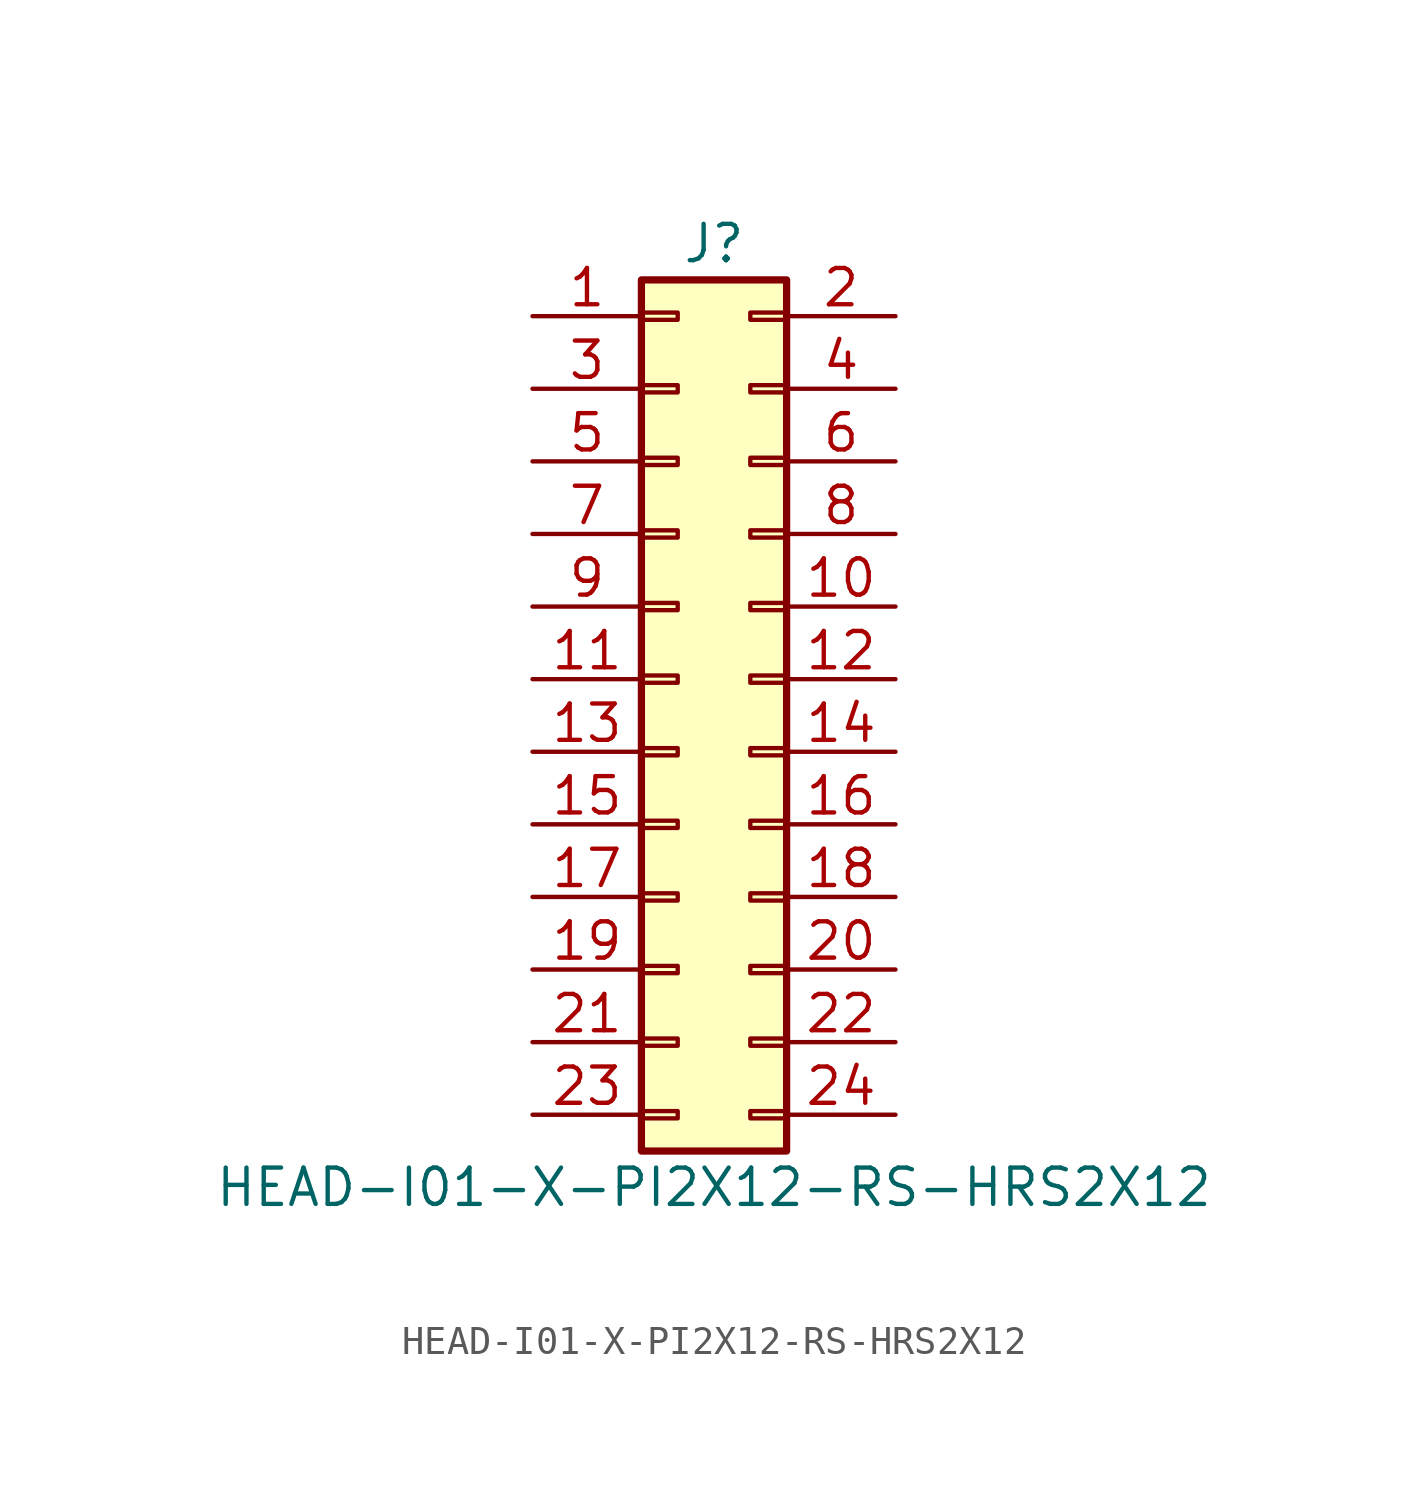
<source format=kicad_sym>
(kicad_symbol_lib
  (version 20211014)
  (generator kicad_symbol_editor)
  (symbol "HEAD-I01-X-PI2X12-RS-HRS2X12"
    (pin_names
      (offset 1.016) hide)
    (property "Reference" "J"
      (at 1.27 15.24 0)
      (effects (font (size 1.27 1.27))))
    (property "Value" "HEAD-I01-X-PI2X12-RS-HRS2X12"
      (at 1.27 -17.78 0)
      (effects (font (size 1.27 1.27))))
    (symbol "HEAD-I01-X-PI2X12-RS-HRS2X12_1_1"
      (rectangle (start -1.27 -15.113) (end 0 -15.367) (stroke (width 0.152) (type default) (color 0 0 0 0)) (fill (type none)))
      (rectangle (start -1.27 -12.573) (end 0 -12.827) (stroke (width 0.152) (type default) (color 0 0 0 0)) (fill (type none)))
      (rectangle (start -1.27 -10.033) (end 0 -10.287) (stroke (width 0.152) (type default) (color 0 0 0 0)) (fill (type none)))
      (rectangle (start -1.27 -7.493) (end 0 -7.747) (stroke (width 0.152) (type default) (color 0 0 0 0)) (fill (type none)))
      (rectangle (start -1.27 -4.953) (end 0 -5.207) (stroke (width 0.152) (type default) (color 0 0 0 0)) (fill (type none)))
      (rectangle (start -1.27 -2.413) (end 0 -2.667) (stroke (width 0.152) (type default) (color 0 0 0 0)) (fill (type none)))
      (rectangle (start -1.27 0.127) (end 0 -0.127) (stroke (width 0.152) (type default) (color 0 0 0 0)) (fill (type none)))
      (rectangle (start -1.27 2.667) (end 0 2.413) (stroke (width 0.152) (type default) (color 0 0 0 0)) (fill (type none)))
      (rectangle (start -1.27 5.207) (end 0 4.953) (stroke (width 0.152) (type default) (color 0 0 0 0)) (fill (type none)))
      (rectangle (start -1.27 7.747) (end 0 7.493) (stroke (width 0.152) (type default) (color 0 0 0 0)) (fill (type none)))
      (rectangle (start -1.27 10.287) (end 0 10.033) (stroke (width 0.152) (type default) (color 0 0 0 0)) (fill (type none)))
      (rectangle (start -1.27 12.827) (end 0 12.573) (stroke (width 0.152) (type default) (color 0 0 0 0)) (fill (type none)))
      (rectangle (start -1.27 13.97) (end 3.81 -16.51) (stroke (width 0.254) (type default) (color 0 0 0 0)) (fill (type background)))
      (rectangle (start 3.81 -15.113) (end 2.54 -15.367) (stroke (width 0.152) (type default) (color 0 0 0 0)) (fill (type none)))
      (rectangle (start 3.81 -12.573) (end 2.54 -12.827) (stroke (width 0.152) (type default) (color 0 0 0 0)) (fill (type none)))
      (rectangle (start 3.81 -10.033) (end 2.54 -10.287) (stroke (width 0.152) (type default) (color 0 0 0 0)) (fill (type none)))
      (rectangle (start 3.81 -7.493) (end 2.54 -7.747) (stroke (width 0.152) (type default) (color 0 0 0 0)) (fill (type none)))
      (rectangle (start 3.81 -4.953) (end 2.54 -5.207) (stroke (width 0.152) (type default) (color 0 0 0 0)) (fill (type none)))
      (rectangle (start 3.81 -2.413) (end 2.54 -2.667) (stroke (width 0.152) (type default) (color 0 0 0 0)) (fill (type none)))
      (rectangle (start 3.81 0.127) (end 2.54 -0.127) (stroke (width 0.152) (type default) (color 0 0 0 0)) (fill (type none)))
      (rectangle (start 3.81 2.667) (end 2.54 2.413) (stroke (width 0.152) (type default) (color 0 0 0 0)) (fill (type none)))
      (rectangle (start 3.81 5.207) (end 2.54 4.953) (stroke (width 0.152) (type default) (color 0 0 0 0)) (fill (type none)))
      (rectangle (start 3.81 7.747) (end 2.54 7.493) (stroke (width 0.152) (type default) (color 0 0 0 0)) (fill (type none)))
      (rectangle (start 3.81 10.287) (end 2.54 10.033) (stroke (width 0.152) (type default) (color 0 0 0 0)) (fill (type none)))
      (rectangle (start 3.81 12.827) (end 2.54 12.573) (stroke (width 0.152) (type default) (color 0 0 0 0)) (fill (type none)))
      (pin passive line (at -5.08 12.7 0) (length 3.81) (name "Pin_1" (effects (font (size 1.27 1.27)))) (number "1" (effects (font (size 1.27 1.27)))))
      (pin passive line (at 7.62 2.54 180) (length 3.81) (name "Pin_10" (effects (font (size 1.27 1.27)))) (number "10" (effects (font (size 1.27 1.27)))))
      (pin passive line (at -5.08 0 0) (length 3.81) (name "Pin_11" (effects (font (size 1.27 1.27)))) (number "11" (effects (font (size 1.27 1.27)))))
      (pin passive line (at 7.62 0 180) (length 3.81) (name "Pin_12" (effects (font (size 1.27 1.27)))) (number "12" (effects (font (size 1.27 1.27)))))
      (pin passive line (at -5.08 -2.54 0) (length 3.81) (name "Pin_13" (effects (font (size 1.27 1.27)))) (number "13" (effects (font (size 1.27 1.27)))))
      (pin passive line (at 7.62 -2.54 180) (length 3.81) (name "Pin_14" (effects (font (size 1.27 1.27)))) (number "14" (effects (font (size 1.27 1.27)))))
      (pin passive line (at -5.08 -5.08 0) (length 3.81) (name "Pin_15" (effects (font (size 1.27 1.27)))) (number "15" (effects (font (size 1.27 1.27)))))
      (pin passive line (at 7.62 -5.08 180) (length 3.81) (name "Pin_16" (effects (font (size 1.27 1.27)))) (number "16" (effects (font (size 1.27 1.27)))))
      (pin passive line (at -5.08 -7.62 0) (length 3.81) (name "Pin_17" (effects (font (size 1.27 1.27)))) (number "17" (effects (font (size 1.27 1.27)))))
      (pin passive line (at 7.62 -7.62 180) (length 3.81) (name "Pin_18" (effects (font (size 1.27 1.27)))) (number "18" (effects (font (size 1.27 1.27)))))
      (pin passive line (at -5.08 -10.16 0) (length 3.81) (name "Pin_19" (effects (font (size 1.27 1.27)))) (number "19" (effects (font (size 1.27 1.27)))))
      (pin passive line (at 7.62 12.7 180) (length 3.81) (name "Pin_2" (effects (font (size 1.27 1.27)))) (number "2" (effects (font (size 1.27 1.27)))))
      (pin passive line (at 7.62 -10.16 180) (length 3.81) (name "Pin_20" (effects (font (size 1.27 1.27)))) (number "20" (effects (font (size 1.27 1.27)))))
      (pin passive line (at -5.08 -12.7 0) (length 3.81) (name "Pin_21" (effects (font (size 1.27 1.27)))) (number "21" (effects (font (size 1.27 1.27)))))
      (pin passive line (at 7.62 -12.7 180) (length 3.81) (name "Pin_22" (effects (font (size 1.27 1.27)))) (number "22" (effects (font (size 1.27 1.27)))))
      (pin passive line (at -5.08 -15.24 0) (length 3.81) (name "Pin_23" (effects (font (size 1.27 1.27)))) (number "23" (effects (font (size 1.27 1.27)))))
      (pin passive line (at 7.62 -15.24 180) (length 3.81) (name "Pin_24" (effects (font (size 1.27 1.27)))) (number "24" (effects (font (size 1.27 1.27)))))
      (pin passive line (at -5.08 10.16 0) (length 3.81) (name "Pin_3" (effects (font (size 1.27 1.27)))) (number "3" (effects (font (size 1.27 1.27)))))
      (pin passive line (at 7.62 10.16 180) (length 3.81) (name "Pin_4" (effects (font (size 1.27 1.27)))) (number "4" (effects (font (size 1.27 1.27)))))
      (pin passive line (at -5.08 7.62 0) (length 3.81) (name "Pin_5" (effects (font (size 1.27 1.27)))) (number "5" (effects (font (size 1.27 1.27)))))
      (pin passive line (at 7.62 7.62 180) (length 3.81) (name "Pin_6" (effects (font (size 1.27 1.27)))) (number "6" (effects (font (size 1.27 1.27)))))
      (pin passive line (at -5.08 5.08 0) (length 3.81) (name "Pin_7" (effects (font (size 1.27 1.27)))) (number "7" (effects (font (size 1.27 1.27)))))
      (pin passive line (at 7.62 5.08 180) (length 3.81) (name "Pin_8" (effects (font (size 1.27 1.27)))) (number "8" (effects (font (size 1.27 1.27)))))
      (pin passive line (at -5.08 2.54 0) (length 3.81) (name "Pin_9" (effects (font (size 1.27 1.27)))) (number "9" (effects (font (size 1.27 1.27))))))))
</source>
